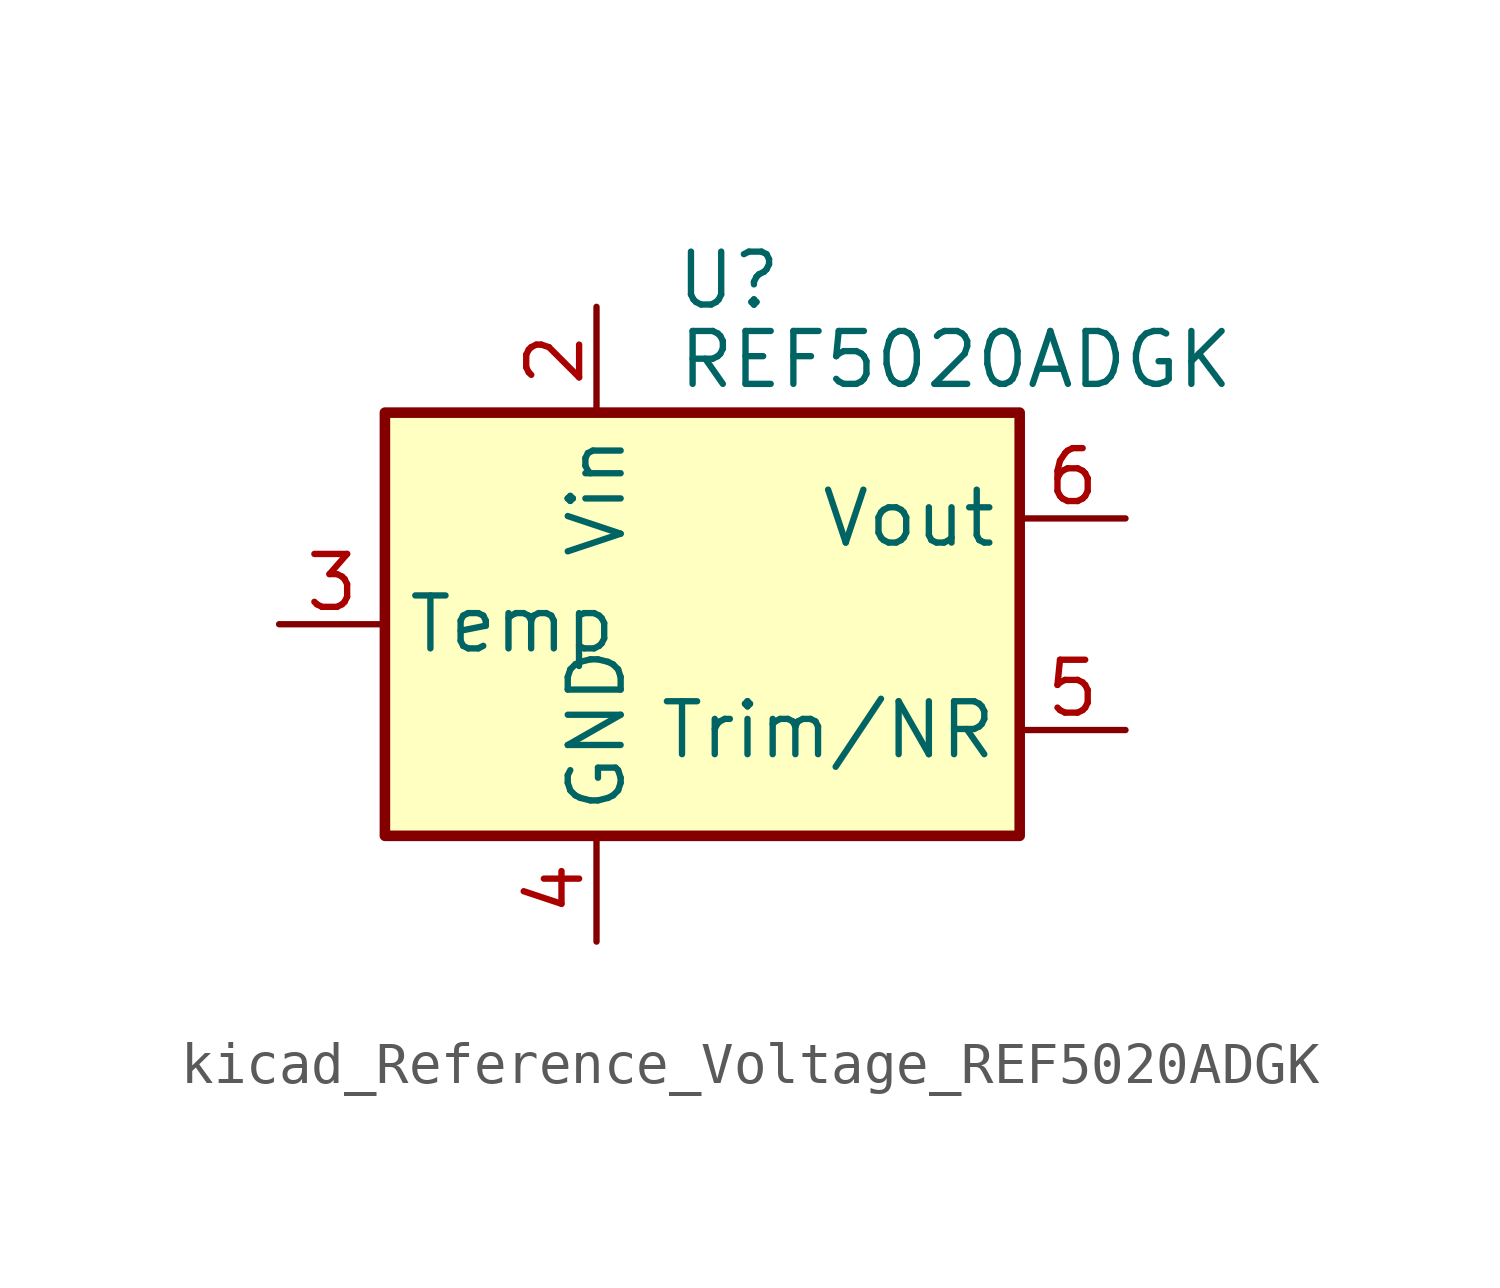
<source format=kicad_sym>
(kicad_symbol_lib
  (version 20220914)
  (generator kicad_symbol_editor)
  (symbol "kicad_Reference_Voltage_REF5020ADGK"
    (property "Reference" "U"
      (at 0.635 8.255 0)
      (effects (font (size 1.27 1.27))))
    (property "Value" "REF5020ADGK"
      (at -0.635 6.35 0)
      (effects (font (size 1.27 1.27)) (justify left)))
    (symbol "kicad_Reference_Voltage_REF5020ADGK_0_1"
      (rectangle (start -7.62 5.08) (end 7.62 -5.08) (stroke (width 0.254) (type default)) (fill (type background))))
    (symbol "kicad_Reference_Voltage_REF5020ADGK_1_1"
      (pin no_connect line (at -7.62 2.54 0) (length 2.54) hide (name "DNC" (effects (font (size 1.27 1.27)))) (number "1" (effects (font (size 1.27 1.27)))))
      (pin power_in line (at -2.54 7.62 270) (length 2.54) (name "Vin" (effects (font (size 1.27 1.27)))) (number "2" (effects (font (size 1.27 1.27)))))
      (pin passive line (at -10.16 0 0) (length 2.54) (name "Temp" (effects (font (size 1.27 1.27)))) (number "3" (effects (font (size 1.27 1.27)))))
      (pin power_in line (at -2.54 -7.62 90) (length 2.54) (name "GND" (effects (font (size 1.27 1.27)))) (number "4" (effects (font (size 1.27 1.27)))))
      (pin passive line (at 10.16 -2.54 180) (length 2.54) (name "Trim/NR" (effects (font (size 1.27 1.27)))) (number "5" (effects (font (size 1.27 1.27)))))
      (pin power_out line (at 10.16 2.54 180) (length 2.54) (name "Vout" (effects (font (size 1.27 1.27)))) (number "6" (effects (font (size 1.27 1.27)))))
      (pin no_connect line (at -5.08 -5.08 90) (length 2.54) hide (name "NC" (effects (font (size 1.27 1.27)))) (number "7" (effects (font (size 1.27 1.27)))))
      (pin no_connect line (at 7.62 0 180) (length 2.54) hide (name "DNC" (effects (font (size 1.27 1.27)))) (number "8" (effects (font (size 1.27 1.27))))))))
</source>
